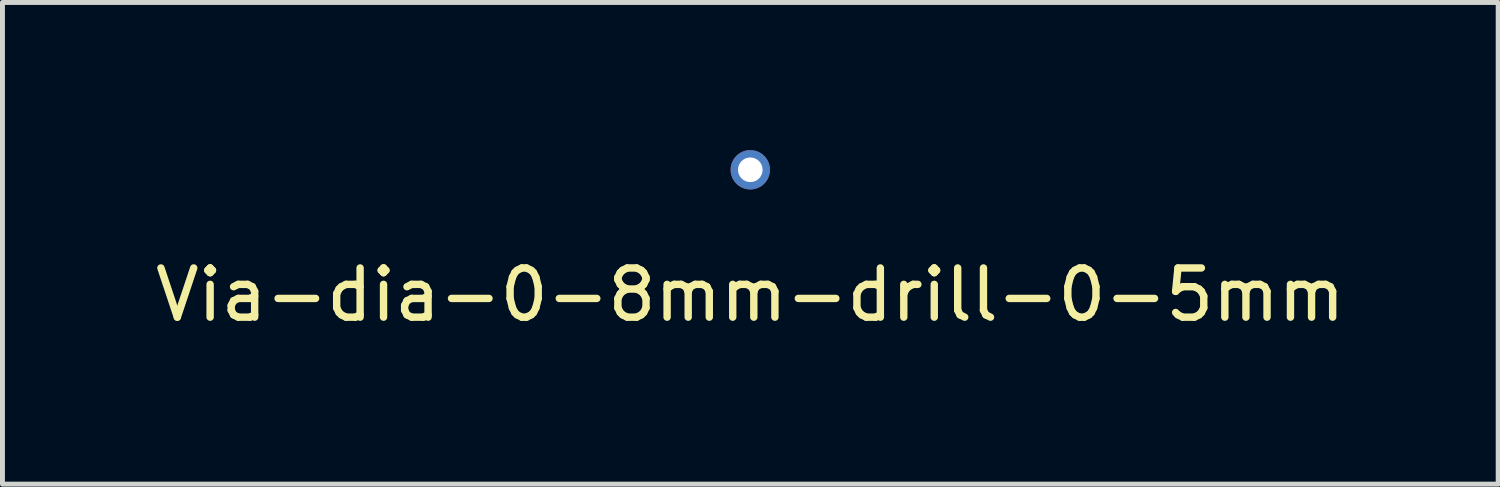
<source format=kicad_pcb>
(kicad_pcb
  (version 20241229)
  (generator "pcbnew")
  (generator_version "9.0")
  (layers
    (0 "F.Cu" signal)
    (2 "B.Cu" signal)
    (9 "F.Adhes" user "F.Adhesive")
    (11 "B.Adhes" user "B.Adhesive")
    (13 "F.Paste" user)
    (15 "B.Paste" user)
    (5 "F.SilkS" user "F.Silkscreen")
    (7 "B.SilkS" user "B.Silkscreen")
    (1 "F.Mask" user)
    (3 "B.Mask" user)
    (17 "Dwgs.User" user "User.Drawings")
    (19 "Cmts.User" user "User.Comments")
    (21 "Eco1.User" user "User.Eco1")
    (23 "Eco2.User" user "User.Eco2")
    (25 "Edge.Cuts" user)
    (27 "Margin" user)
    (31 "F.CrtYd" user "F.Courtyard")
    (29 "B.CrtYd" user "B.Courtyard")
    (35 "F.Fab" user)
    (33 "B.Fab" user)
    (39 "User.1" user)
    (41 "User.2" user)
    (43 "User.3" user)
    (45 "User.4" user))
  (footprint "Via-dia-0-8mm-drill-0-5mm"
    (layer "F.Cu")
    (at 12.196 0.4)
    (property "Reference" "Via-dia-0-8mm-drill-0-5mm" (at 0 2.54 0) (layer "F.SilkS") (effects (font (size 1 1) (thickness 0.15))))
    (attr through_hole)
    (pad "1" thru_hole circle (at 0 0) (size 0.8 0.8) (drill 0.5) (layers "*.Cu")))
  (gr_rect
    (start -3 -3)
    (end 27.393 6.788)
    (stroke (width 0.1) (type default))
    (fill no)
    (layer "Edge.Cuts")))
</source>
